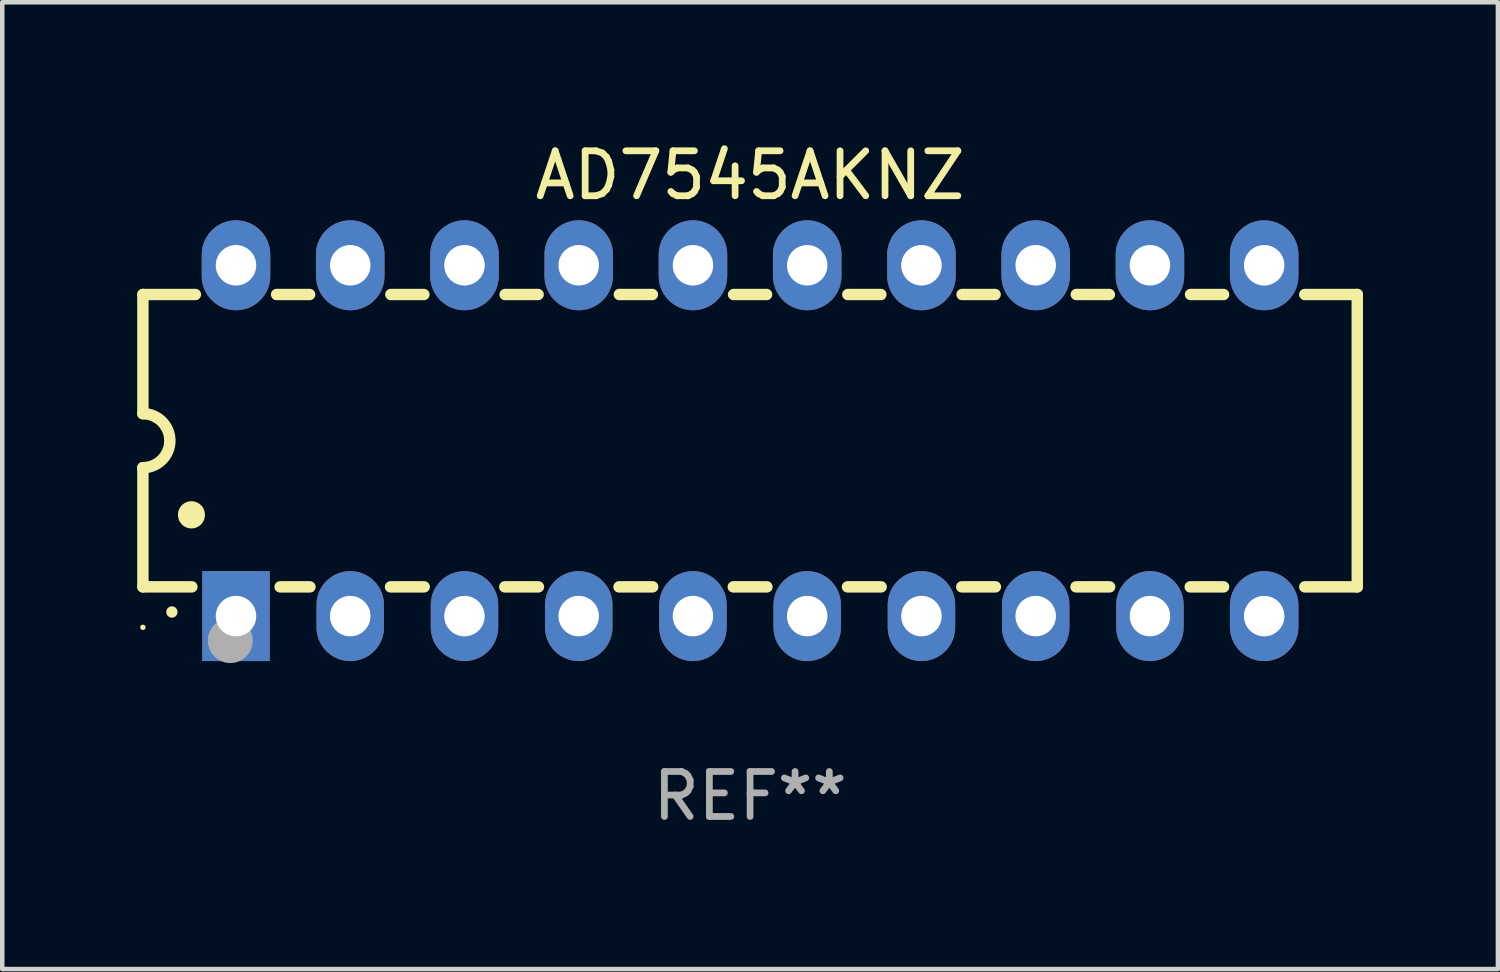
<source format=kicad_pcb>
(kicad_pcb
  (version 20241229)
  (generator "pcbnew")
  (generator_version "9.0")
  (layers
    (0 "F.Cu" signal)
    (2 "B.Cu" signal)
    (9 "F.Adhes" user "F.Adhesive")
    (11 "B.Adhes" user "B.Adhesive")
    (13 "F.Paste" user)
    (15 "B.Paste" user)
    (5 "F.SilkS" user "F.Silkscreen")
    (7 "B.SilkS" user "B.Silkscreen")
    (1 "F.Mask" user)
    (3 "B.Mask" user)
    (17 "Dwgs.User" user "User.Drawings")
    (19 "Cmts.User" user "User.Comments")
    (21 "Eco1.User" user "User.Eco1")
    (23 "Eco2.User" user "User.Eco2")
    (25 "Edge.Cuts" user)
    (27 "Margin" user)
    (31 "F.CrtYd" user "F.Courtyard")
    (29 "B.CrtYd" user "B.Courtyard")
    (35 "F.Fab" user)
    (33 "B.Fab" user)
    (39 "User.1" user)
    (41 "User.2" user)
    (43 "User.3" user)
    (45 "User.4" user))
  (footprint "AD7545AKNZ"
    (layer "F.Cu")
    (at 13.627 6.748)
    (property "Reference" "AD7545AKNZ" (at 0 -5.9 0) (layer "F.SilkS") (effects (font (size 1 1) (thickness 0.15))))
    (attr through_hole)
    (fp_line (start -13.5 -3.25) (end -12.333 -3.25) (stroke (width 0.254) (type solid)) (layer "F.SilkS"))
    (fp_line (start -13.5 -0.6) (end -13.5 -3.25) (stroke (width 0.254) (type solid)) (layer "F.SilkS"))
    (fp_line (start -13.5 3.25) (end -13.5 0.6) (stroke (width 0.254) (type solid)) (layer "F.SilkS"))
    (fp_line (start -13.5 3.25) (end -12.411 3.25) (stroke (width 0.254) (type solid)) (layer "F.SilkS"))
    (fp_line (start -10.527 -3.25) (end -9.793 -3.25) (stroke (width 0.254) (type solid)) (layer "F.SilkS"))
    (fp_line (start -10.449 3.25) (end -9.786 3.25) (stroke (width 0.254) (type solid)) (layer "F.SilkS"))
    (fp_line (start -7.994 3.25) (end -7.246 3.25) (stroke (width 0.254) (type solid)) (layer "F.SilkS"))
    (fp_line (start -7.987 -3.25) (end -7.253 -3.25) (stroke (width 0.254) (type solid)) (layer "F.SilkS"))
    (fp_line (start -5.454 3.25) (end -4.706 3.25) (stroke (width 0.254) (type solid)) (layer "F.SilkS"))
    (fp_line (start -5.447 -3.25) (end -4.713 -3.25) (stroke (width 0.254) (type solid)) (layer "F.SilkS"))
    (fp_line (start -2.914 3.25) (end -2.166 3.25) (stroke (width 0.254) (type solid)) (layer "F.SilkS"))
    (fp_line (start -2.907 -3.25) (end -2.173 -3.25) (stroke (width 0.254) (type solid)) (layer "F.SilkS"))
    (fp_line (start -0.374 3.25) (end 0.374 3.25) (stroke (width 0.254) (type solid)) (layer "F.SilkS"))
    (fp_line (start -0.367 -3.25) (end 0.367 -3.25) (stroke (width 0.254) (type solid)) (layer "F.SilkS"))
    (fp_line (start 2.166 3.25) (end 2.914 3.25) (stroke (width 0.254) (type solid)) (layer "F.SilkS"))
    (fp_line (start 2.173 -3.25) (end 2.907 -3.25) (stroke (width 0.254) (type solid)) (layer "F.SilkS"))
    (fp_line (start 4.706 3.25) (end 5.454 3.25) (stroke (width 0.254) (type solid)) (layer "F.SilkS"))
    (fp_line (start 4.713 -3.25) (end 5.447 -3.25) (stroke (width 0.254) (type solid)) (layer "F.SilkS"))
    (fp_line (start 7.246 3.25) (end 7.994 3.25) (stroke (width 0.254) (type solid)) (layer "F.SilkS"))
    (fp_line (start 7.253 -3.25) (end 7.987 -3.25) (stroke (width 0.254) (type solid)) (layer "F.SilkS"))
    (fp_line (start 9.786 3.25) (end 10.527 3.25) (stroke (width 0.254) (type solid)) (layer "F.SilkS"))
    (fp_line (start 9.793 -3.25) (end 10.527 -3.25) (stroke (width 0.254) (type solid)) (layer "F.SilkS"))
    (fp_line (start 12.333 -3.25) (end 13.5 -3.25) (stroke (width 0.254) (type solid)) (layer "F.SilkS"))
    (fp_line (start 12.333 3.25) (end 13.5 3.25) (stroke (width 0.254) (type solid)) (layer "F.SilkS"))
    (fp_line (start 13.5 -3.25) (end 13.5 3.25) (stroke (width 0.254) (type solid)) (layer "F.SilkS"))
    (fp_arc (start -13.500127 -0.599442) (mid -12.900406 0.000228) (end -13.500025 0.6) (stroke (width 0.254001) (type solid)) (layer "F.SilkS"))
    (fp_arc (start -12.854966 3.810008) (mid -12.854973 3.808738) (end -12.854966 3.807468) (stroke (width 0.25) (type solid)) (layer "F.SilkS"))
    (fp_arc (start -12.420625 1.651003) (mid -12.420636 1.648463) (end -12.420625 1.645923) (stroke (width 0.6) (type solid)) (layer "F.SilkS"))
    (fp_circle (center -13.5 4.15) (end -13.47 4.15) (stroke (width 0.06) (type solid)) (fill no) (layer "F.SilkS"))
    (fp_circle (center -11.557 4.445) (end -11.307 4.445) (stroke (width 0.5) (type solid)) (fill no) (layer "F.Fab"))
    (fp_text user "REF**" (at 0 7.9 0) (layer "F.Fab") (effects (font (size 1 1) (thickness 0.15))))
    (pad "1" thru_hole rect (at -11.43 3.9 90) (size 2 1.5) (drill 0.9) (layers "*.Cu" "*.Mask"))
    (pad "2" thru_hole oval (at -8.89 3.9 90) (size 2 1.5) (drill 0.9) (layers "*.Cu" "*.Mask"))
    (pad "3" thru_hole oval (at -6.35 3.9 90) (size 2 1.5) (drill 0.9) (layers "*.Cu" "*.Mask"))
    (pad "4" thru_hole oval (at -3.81 3.9 90) (size 2 1.5) (drill 0.9) (layers "*.Cu" "*.Mask"))
    (pad "5" thru_hole oval (at -1.27 3.9 90) (size 2 1.5) (drill 0.9) (layers "*.Cu" "*.Mask"))
    (pad "6" thru_hole oval (at 1.27 3.9 90) (size 2 1.5) (drill 0.9) (layers "*.Cu" "*.Mask"))
    (pad "7" thru_hole oval (at 3.81 3.9 90) (size 2 1.5) (drill 0.9) (layers "*.Cu" "*.Mask"))
    (pad "8" thru_hole oval (at 6.35 3.9 90) (size 2 1.5) (drill 0.9) (layers "*.Cu" "*.Mask"))
    (pad "9" thru_hole oval (at 8.89 3.9 90) (size 2 1.5) (drill 0.9) (layers "*.Cu" "*.Mask"))
    (pad "10" thru_hole oval (at 11.43 3.9 90) (size 2 1.524) (drill 0.9) (layers "*.Cu" "*.Mask"))
    (pad "11" thru_hole oval (at 11.43 -3.9 90) (size 2 1.524) (drill 0.9) (layers "*.Cu" "*.Mask"))
    (pad "12" thru_hole oval (at 8.89 -3.9 90) (size 2 1.524) (drill 0.9) (layers "*.Cu" "*.Mask"))
    (pad "13" thru_hole oval (at 6.35 -3.9 90) (size 2 1.524) (drill 0.9) (layers "*.Cu" "*.Mask"))
    (pad "14" thru_hole oval (at 3.81 -3.9 90) (size 2 1.524) (drill 0.9) (layers "*.Cu" "*.Mask"))
    (pad "15" thru_hole oval (at 1.27 -3.9 90) (size 2 1.524) (drill 0.9) (layers "*.Cu" "*.Mask"))
    (pad "16" thru_hole oval (at -1.27 -3.9 90) (size 2 1.524) (drill 0.9) (layers "*.Cu" "*.Mask"))
    (pad "17" thru_hole oval (at -3.81 -3.9 90) (size 2 1.524) (drill 0.9) (layers "*.Cu" "*.Mask"))
    (pad "18" thru_hole oval (at -6.35 -3.9 90) (size 2 1.524) (drill 0.9) (layers "*.Cu" "*.Mask"))
    (pad "19" thru_hole oval (at -8.89 -3.9 90) (size 2 1.524) (drill 0.9) (layers "*.Cu" "*.Mask"))
    (pad "20" thru_hole oval (at -11.43 -3.9 90) (size 2 1.524) (drill 0.9) (layers "*.Cu" "*.Mask")))
  (gr_rect
    (start -3 -3)
    (end 30.254 18.496)
    (stroke (width 0.1) (type default))
    (fill no)
    (layer "Edge.Cuts")))
</source>
